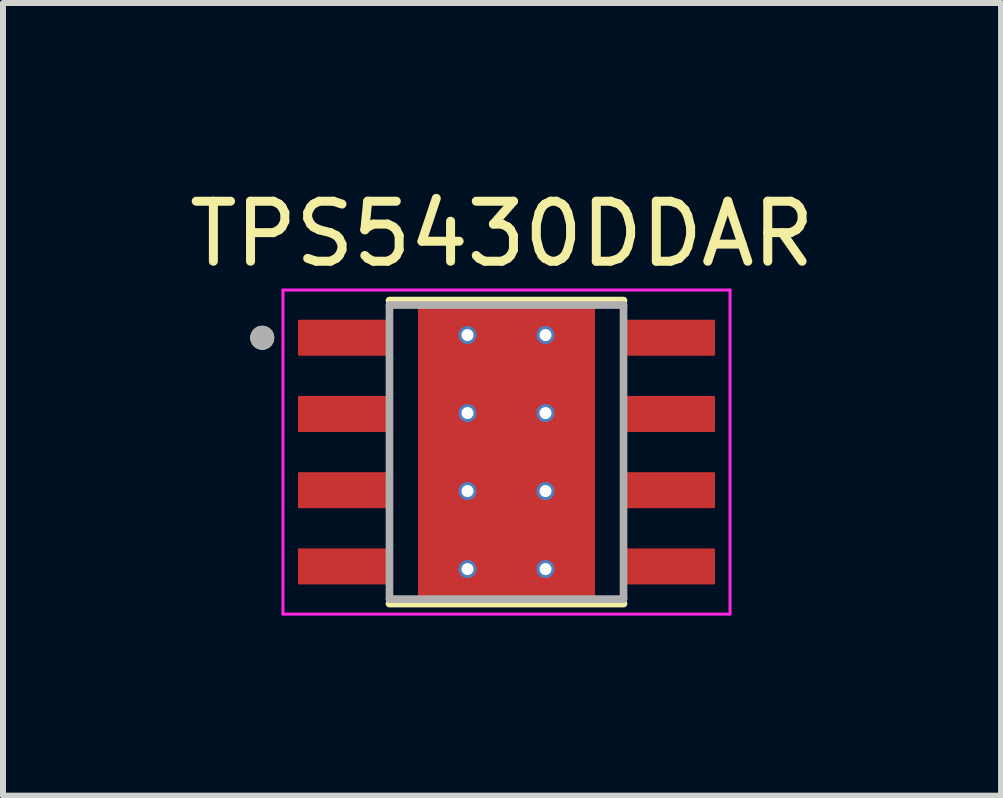
<source format=kicad_pcb>
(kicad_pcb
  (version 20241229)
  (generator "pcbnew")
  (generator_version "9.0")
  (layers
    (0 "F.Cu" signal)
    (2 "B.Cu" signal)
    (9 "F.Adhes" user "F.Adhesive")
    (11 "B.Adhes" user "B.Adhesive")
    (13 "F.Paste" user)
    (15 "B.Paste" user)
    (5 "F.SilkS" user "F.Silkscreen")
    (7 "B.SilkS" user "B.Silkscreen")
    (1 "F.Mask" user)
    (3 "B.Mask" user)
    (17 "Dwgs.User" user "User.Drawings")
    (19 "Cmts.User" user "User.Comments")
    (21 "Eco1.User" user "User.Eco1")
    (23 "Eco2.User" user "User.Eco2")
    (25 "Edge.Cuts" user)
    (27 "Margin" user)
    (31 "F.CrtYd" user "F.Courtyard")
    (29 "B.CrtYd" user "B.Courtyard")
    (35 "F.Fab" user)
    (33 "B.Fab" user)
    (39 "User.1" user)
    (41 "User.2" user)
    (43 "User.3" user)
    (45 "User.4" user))
  (footprint "TPS5430DDAR"
    (layer "F.Cu")
    (at 5.39 4.483)
    (property "Reference" "TPS5430DDAR" (at -0.075 -3.635 0) (layer "F.SilkS") (effects (font (size 1 1) (thickness 0.15))))
    (attr through_hole)
    (fp_poly (pts (xy -1.3 -1.55) (xy 1.3 -1.55) (xy 1.3 1.55) (xy -1.3 1.55)) (stroke (width 0.01) (type solid)) (fill yes) (layer "F.Mask"))
    (fp_poly (pts (xy -1.905 -1.535) (xy -3.495 -1.535) (xy -3.498 -1.535) (xy -3.5 -1.535) (xy -3.503 -1.536) (xy -3.505 -1.536) (xy -3.508 -1.537) (xy -3.51 -1.537) (xy -3.513 -1.538) (xy -3.515 -1.539) (xy -3.518 -1.54) (xy -3.52 -1.542) (xy -3.522 -1.543) (xy -3.524 -1.545) (xy -3.526 -1.546) (xy -3.528 -1.548) (xy -3.53 -1.55) (xy -3.532 -1.552) (xy -3.534 -1.554) (xy -3.535 -1.556) (xy -3.537 -1.558) (xy -3.538 -1.56) (xy -3.54 -1.562) (xy -3.541 -1.565) (xy -3.542 -1.567) (xy -3.543 -1.57) (xy -3.543 -1.572) (xy -3.544 -1.575) (xy -3.544 -1.577) (xy -3.545 -1.58) (xy -3.545 -1.582) (xy -3.545 -1.585) (xy -3.545 -2.225) (xy -3.545 -2.228) (xy -3.545 -2.23) (xy -3.544 -2.233) (xy -3.544 -2.235) (xy -3.543 -2.238) (xy -3.543 -2.24) (xy -3.542 -2.243) (xy -3.541 -2.245) (xy -3.54 -2.248) (xy -3.538 -2.25) (xy -3.537 -2.252) (xy -3.535 -2.254) (xy -3.534 -2.256) (xy -3.532 -2.258) (xy -3.53 -2.26) (xy -3.528 -2.262) (xy -3.526 -2.264) (xy -3.524 -2.265) (xy -3.522 -2.267) (xy -3.52 -2.268) (xy -3.518 -2.27) (xy -3.515 -2.271) (xy -3.513 -2.272) (xy -3.51 -2.273) (xy -3.508 -2.273) (xy -3.505 -2.274) (xy -3.503 -2.274) (xy -3.5 -2.275) (xy -3.498 -2.275) (xy -3.495 -2.275) (xy -1.905 -2.275) (xy -1.902 -2.275) (xy -1.9 -2.275) (xy -1.897 -2.274) (xy -1.895 -2.274) (xy -1.892 -2.273) (xy -1.89 -2.273) (xy -1.887 -2.272) (xy -1.885 -2.271) (xy -1.882 -2.27) (xy -1.88 -2.268) (xy -1.878 -2.267) (xy -1.876 -2.265) (xy -1.874 -2.264) (xy -1.872 -2.262) (xy -1.87 -2.26) (xy -1.868 -2.258) (xy -1.866 -2.256) (xy -1.865 -2.254) (xy -1.863 -2.252) (xy -1.862 -2.25) (xy -1.86 -2.248) (xy -1.859 -2.245) (xy -1.858 -2.243) (xy -1.857 -2.24) (xy -1.857 -2.238) (xy -1.856 -2.235) (xy -1.856 -2.233) (xy -1.855 -2.23) (xy -1.855 -2.228) (xy -1.855 -2.225) (xy -1.855 -1.585) (xy -1.855 -1.582) (xy -1.855 -1.58) (xy -1.856 -1.577) (xy -1.856 -1.575) (xy -1.857 -1.572) (xy -1.857 -1.57) (xy -1.858 -1.567) (xy -1.859 -1.565) (xy -1.86 -1.562) (xy -1.862 -1.56) (xy -1.863 -1.558) (xy -1.865 -1.556) (xy -1.866 -1.554) (xy -1.868 -1.552) (xy -1.87 -1.55) (xy -1.872 -1.548) (xy -1.874 -1.546) (xy -1.876 -1.545) (xy -1.878 -1.543) (xy -1.88 -1.542) (xy -1.882 -1.54) (xy -1.885 -1.539) (xy -1.887 -1.538) (xy -1.89 -1.537) (xy -1.892 -1.537) (xy -1.895 -1.536) (xy -1.897 -1.536) (xy -1.9 -1.535) (xy -1.902 -1.535) (xy -1.905 -1.535)) (stroke (width 0.01) (type solid)) (fill yes) (layer "F.Mask"))
    (fp_poly (pts (xy -1.905 -0.265) (xy -3.495 -0.265) (xy -3.498 -0.265) (xy -3.5 -0.265) (xy -3.503 -0.266) (xy -3.505 -0.266) (xy -3.508 -0.267) (xy -3.51 -0.267) (xy -3.513 -0.268) (xy -3.515 -0.269) (xy -3.518 -0.27) (xy -3.52 -0.272) (xy -3.522 -0.273) (xy -3.524 -0.275) (xy -3.526 -0.276) (xy -3.528 -0.278) (xy -3.53 -0.28) (xy -3.532 -0.282) (xy -3.534 -0.284) (xy -3.535 -0.286) (xy -3.537 -0.288) (xy -3.538 -0.29) (xy -3.54 -0.292) (xy -3.541 -0.295) (xy -3.542 -0.297) (xy -3.543 -0.3) (xy -3.543 -0.302) (xy -3.544 -0.305) (xy -3.544 -0.307) (xy -3.545 -0.31) (xy -3.545 -0.312) (xy -3.545 -0.315) (xy -3.545 -0.955) (xy -3.545 -0.958) (xy -3.545 -0.96) (xy -3.544 -0.963) (xy -3.544 -0.965) (xy -3.543 -0.968) (xy -3.543 -0.97) (xy -3.542 -0.973) (xy -3.541 -0.975) (xy -3.54 -0.978) (xy -3.538 -0.98) (xy -3.537 -0.982) (xy -3.535 -0.984) (xy -3.534 -0.986) (xy -3.532 -0.988) (xy -3.53 -0.99) (xy -3.528 -0.992) (xy -3.526 -0.994) (xy -3.524 -0.995) (xy -3.522 -0.997) (xy -3.52 -0.998) (xy -3.518 -1) (xy -3.515 -1.001) (xy -3.513 -1.002) (xy -3.51 -1.003) (xy -3.508 -1.003) (xy -3.505 -1.004) (xy -3.503 -1.004) (xy -3.5 -1.005) (xy -3.498 -1.005) (xy -3.495 -1.005) (xy -1.905 -1.005) (xy -1.902 -1.005) (xy -1.9 -1.005) (xy -1.897 -1.004) (xy -1.895 -1.004) (xy -1.892 -1.003) (xy -1.89 -1.003) (xy -1.887 -1.002) (xy -1.885 -1.001) (xy -1.882 -1) (xy -1.88 -0.998) (xy -1.878 -0.997) (xy -1.876 -0.995) (xy -1.874 -0.994) (xy -1.872 -0.992) (xy -1.87 -0.99) (xy -1.868 -0.988) (xy -1.866 -0.986) (xy -1.865 -0.984) (xy -1.863 -0.982) (xy -1.862 -0.98) (xy -1.86 -0.978) (xy -1.859 -0.975) (xy -1.858 -0.973) (xy -1.857 -0.97) (xy -1.857 -0.968) (xy -1.856 -0.965) (xy -1.856 -0.963) (xy -1.855 -0.96) (xy -1.855 -0.958) (xy -1.855 -0.955) (xy -1.855 -0.315) (xy -1.855 -0.312) (xy -1.855 -0.31) (xy -1.856 -0.307) (xy -1.856 -0.305) (xy -1.857 -0.302) (xy -1.857 -0.3) (xy -1.858 -0.297) (xy -1.859 -0.295) (xy -1.86 -0.292) (xy -1.862 -0.29) (xy -1.863 -0.288) (xy -1.865 -0.286) (xy -1.866 -0.284) (xy -1.868 -0.282) (xy -1.87 -0.28) (xy -1.872 -0.278) (xy -1.874 -0.276) (xy -1.876 -0.275) (xy -1.878 -0.273) (xy -1.88 -0.272) (xy -1.882 -0.27) (xy -1.885 -0.269) (xy -1.887 -0.268) (xy -1.89 -0.267) (xy -1.892 -0.267) (xy -1.895 -0.266) (xy -1.897 -0.266) (xy -1.9 -0.265) (xy -1.902 -0.265) (xy -1.905 -0.265)) (stroke (width 0.01) (type solid)) (fill yes) (layer "F.Mask"))
    (fp_poly (pts (xy -1.905 1.005) (xy -3.495 1.005) (xy -3.498 1.005) (xy -3.5 1.005) (xy -3.503 1.004) (xy -3.505 1.004) (xy -3.508 1.003) (xy -3.51 1.003) (xy -3.513 1.002) (xy -3.515 1.001) (xy -3.518 1) (xy -3.52 0.998) (xy -3.522 0.997) (xy -3.524 0.995) (xy -3.526 0.994) (xy -3.528 0.992) (xy -3.53 0.99) (xy -3.532 0.988) (xy -3.534 0.986) (xy -3.535 0.984) (xy -3.537 0.982) (xy -3.538 0.98) (xy -3.54 0.978) (xy -3.541 0.975) (xy -3.542 0.973) (xy -3.543 0.97) (xy -3.543 0.968) (xy -3.544 0.965) (xy -3.544 0.963) (xy -3.545 0.96) (xy -3.545 0.958) (xy -3.545 0.955) (xy -3.545 0.315) (xy -3.545 0.312) (xy -3.545 0.31) (xy -3.544 0.307) (xy -3.544 0.305) (xy -3.543 0.302) (xy -3.543 0.3) (xy -3.542 0.297) (xy -3.541 0.295) (xy -3.54 0.292) (xy -3.538 0.29) (xy -3.537 0.288) (xy -3.535 0.286) (xy -3.534 0.284) (xy -3.532 0.282) (xy -3.53 0.28) (xy -3.528 0.278) (xy -3.526 0.276) (xy -3.524 0.275) (xy -3.522 0.273) (xy -3.52 0.272) (xy -3.518 0.27) (xy -3.515 0.269) (xy -3.513 0.268) (xy -3.51 0.267) (xy -3.508 0.267) (xy -3.505 0.266) (xy -3.503 0.266) (xy -3.5 0.265) (xy -3.498 0.265) (xy -3.495 0.265) (xy -1.905 0.265) (xy -1.902 0.265) (xy -1.9 0.265) (xy -1.897 0.266) (xy -1.895 0.266) (xy -1.892 0.267) (xy -1.89 0.267) (xy -1.887 0.268) (xy -1.885 0.269) (xy -1.882 0.27) (xy -1.88 0.272) (xy -1.878 0.273) (xy -1.876 0.275) (xy -1.874 0.276) (xy -1.872 0.278) (xy -1.87 0.28) (xy -1.868 0.282) (xy -1.866 0.284) (xy -1.865 0.286) (xy -1.863 0.288) (xy -1.862 0.29) (xy -1.86 0.292) (xy -1.859 0.295) (xy -1.858 0.297) (xy -1.857 0.3) (xy -1.857 0.302) (xy -1.856 0.305) (xy -1.856 0.307) (xy -1.855 0.31) (xy -1.855 0.312) (xy -1.855 0.315) (xy -1.855 0.955) (xy -1.855 0.958) (xy -1.855 0.96) (xy -1.856 0.963) (xy -1.856 0.965) (xy -1.857 0.968) (xy -1.857 0.97) (xy -1.858 0.973) (xy -1.859 0.975) (xy -1.86 0.978) (xy -1.862 0.98) (xy -1.863 0.982) (xy -1.865 0.984) (xy -1.866 0.986) (xy -1.868 0.988) (xy -1.87 0.99) (xy -1.872 0.992) (xy -1.874 0.994) (xy -1.876 0.995) (xy -1.878 0.997) (xy -1.88 0.998) (xy -1.882 1) (xy -1.885 1.001) (xy -1.887 1.002) (xy -1.89 1.003) (xy -1.892 1.003) (xy -1.895 1.004) (xy -1.897 1.004) (xy -1.9 1.005) (xy -1.902 1.005) (xy -1.905 1.005)) (stroke (width 0.01) (type solid)) (fill yes) (layer "F.Mask"))
    (fp_poly (pts (xy -1.905 2.275) (xy -3.495 2.275) (xy -3.498 2.275) (xy -3.5 2.275) (xy -3.503 2.274) (xy -3.505 2.274) (xy -3.508 2.273) (xy -3.51 2.273) (xy -3.513 2.272) (xy -3.515 2.271) (xy -3.518 2.27) (xy -3.52 2.268) (xy -3.522 2.267) (xy -3.524 2.265) (xy -3.526 2.264) (xy -3.528 2.262) (xy -3.53 2.26) (xy -3.532 2.258) (xy -3.534 2.256) (xy -3.535 2.254) (xy -3.537 2.252) (xy -3.538 2.25) (xy -3.54 2.248) (xy -3.541 2.245) (xy -3.542 2.243) (xy -3.543 2.24) (xy -3.543 2.238) (xy -3.544 2.235) (xy -3.544 2.233) (xy -3.545 2.23) (xy -3.545 2.228) (xy -3.545 2.225) (xy -3.545 1.585) (xy -3.545 1.582) (xy -3.545 1.58) (xy -3.544 1.577) (xy -3.544 1.575) (xy -3.543 1.572) (xy -3.543 1.57) (xy -3.542 1.567) (xy -3.541 1.565) (xy -3.54 1.562) (xy -3.538 1.56) (xy -3.537 1.558) (xy -3.535 1.556) (xy -3.534 1.554) (xy -3.532 1.552) (xy -3.53 1.55) (xy -3.528 1.548) (xy -3.526 1.546) (xy -3.524 1.545) (xy -3.522 1.543) (xy -3.52 1.542) (xy -3.518 1.54) (xy -3.515 1.539) (xy -3.513 1.538) (xy -3.51 1.537) (xy -3.508 1.537) (xy -3.505 1.536) (xy -3.503 1.536) (xy -3.5 1.535) (xy -3.498 1.535) (xy -3.495 1.535) (xy -1.905 1.535) (xy -1.902 1.535) (xy -1.9 1.535) (xy -1.897 1.536) (xy -1.895 1.536) (xy -1.892 1.537) (xy -1.89 1.537) (xy -1.887 1.538) (xy -1.885 1.539) (xy -1.882 1.54) (xy -1.88 1.542) (xy -1.878 1.543) (xy -1.876 1.545) (xy -1.874 1.546) (xy -1.872 1.548) (xy -1.87 1.55) (xy -1.868 1.552) (xy -1.866 1.554) (xy -1.865 1.556) (xy -1.863 1.558) (xy -1.862 1.56) (xy -1.86 1.562) (xy -1.859 1.565) (xy -1.858 1.567) (xy -1.857 1.57) (xy -1.857 1.572) (xy -1.856 1.575) (xy -1.856 1.577) (xy -1.855 1.58) (xy -1.855 1.582) (xy -1.855 1.585) (xy -1.855 2.225) (xy -1.855 2.228) (xy -1.855 2.23) (xy -1.856 2.233) (xy -1.856 2.235) (xy -1.857 2.238) (xy -1.857 2.24) (xy -1.858 2.243) (xy -1.859 2.245) (xy -1.86 2.248) (xy -1.862 2.25) (xy -1.863 2.252) (xy -1.865 2.254) (xy -1.866 2.256) (xy -1.868 2.258) (xy -1.87 2.26) (xy -1.872 2.262) (xy -1.874 2.264) (xy -1.876 2.265) (xy -1.878 2.267) (xy -1.88 2.268) (xy -1.882 2.27) (xy -1.885 2.271) (xy -1.887 2.272) (xy -1.89 2.273) (xy -1.892 2.273) (xy -1.895 2.274) (xy -1.897 2.274) (xy -1.9 2.275) (xy -1.902 2.275) (xy -1.905 2.275)) (stroke (width 0.01) (type solid)) (fill yes) (layer "F.Mask"))
    (fp_poly (pts (xy 3.495 -1.535) (xy 1.905 -1.535) (xy 1.902 -1.535) (xy 1.9 -1.535) (xy 1.897 -1.536) (xy 1.895 -1.536) (xy 1.892 -1.537) (xy 1.89 -1.537) (xy 1.887 -1.538) (xy 1.885 -1.539) (xy 1.882 -1.54) (xy 1.88 -1.542) (xy 1.878 -1.543) (xy 1.876 -1.545) (xy 1.874 -1.546) (xy 1.872 -1.548) (xy 1.87 -1.55) (xy 1.868 -1.552) (xy 1.866 -1.554) (xy 1.865 -1.556) (xy 1.863 -1.558) (xy 1.862 -1.56) (xy 1.86 -1.562) (xy 1.859 -1.565) (xy 1.858 -1.567) (xy 1.857 -1.57) (xy 1.857 -1.572) (xy 1.856 -1.575) (xy 1.856 -1.577) (xy 1.855 -1.58) (xy 1.855 -1.582) (xy 1.855 -1.585) (xy 1.855 -2.225) (xy 1.855 -2.228) (xy 1.855 -2.23) (xy 1.856 -2.233) (xy 1.856 -2.235) (xy 1.857 -2.238) (xy 1.857 -2.24) (xy 1.858 -2.243) (xy 1.859 -2.245) (xy 1.86 -2.248) (xy 1.862 -2.25) (xy 1.863 -2.252) (xy 1.865 -2.254) (xy 1.866 -2.256) (xy 1.868 -2.258) (xy 1.87 -2.26) (xy 1.872 -2.262) (xy 1.874 -2.264) (xy 1.876 -2.265) (xy 1.878 -2.267) (xy 1.88 -2.268) (xy 1.882 -2.27) (xy 1.885 -2.271) (xy 1.887 -2.272) (xy 1.89 -2.273) (xy 1.892 -2.273) (xy 1.895 -2.274) (xy 1.897 -2.274) (xy 1.9 -2.275) (xy 1.902 -2.275) (xy 1.905 -2.275) (xy 3.495 -2.275) (xy 3.498 -2.275) (xy 3.5 -2.275) (xy 3.503 -2.274) (xy 3.505 -2.274) (xy 3.508 -2.273) (xy 3.51 -2.273) (xy 3.513 -2.272) (xy 3.515 -2.271) (xy 3.518 -2.27) (xy 3.52 -2.268) (xy 3.522 -2.267) (xy 3.524 -2.265) (xy 3.526 -2.264) (xy 3.528 -2.262) (xy 3.53 -2.26) (xy 3.532 -2.258) (xy 3.534 -2.256) (xy 3.535 -2.254) (xy 3.537 -2.252) (xy 3.538 -2.25) (xy 3.54 -2.248) (xy 3.541 -2.245) (xy 3.542 -2.243) (xy 3.543 -2.24) (xy 3.543 -2.238) (xy 3.544 -2.235) (xy 3.544 -2.233) (xy 3.545 -2.23) (xy 3.545 -2.228) (xy 3.545 -2.225) (xy 3.545 -1.585) (xy 3.545 -1.582) (xy 3.545 -1.58) (xy 3.544 -1.577) (xy 3.544 -1.575) (xy 3.543 -1.572) (xy 3.543 -1.57) (xy 3.542 -1.567) (xy 3.541 -1.565) (xy 3.54 -1.562) (xy 3.538 -1.56) (xy 3.537 -1.558) (xy 3.535 -1.556) (xy 3.534 -1.554) (xy 3.532 -1.552) (xy 3.53 -1.55) (xy 3.528 -1.548) (xy 3.526 -1.546) (xy 3.524 -1.545) (xy 3.522 -1.543) (xy 3.52 -1.542) (xy 3.518 -1.54) (xy 3.515 -1.539) (xy 3.513 -1.538) (xy 3.51 -1.537) (xy 3.508 -1.537) (xy 3.505 -1.536) (xy 3.503 -1.536) (xy 3.5 -1.535) (xy 3.498 -1.535) (xy 3.495 -1.535)) (stroke (width 0.01) (type solid)) (fill yes) (layer "F.Mask"))
    (fp_poly (pts (xy 3.495 -0.265) (xy 1.905 -0.265) (xy 1.902 -0.265) (xy 1.9 -0.265) (xy 1.897 -0.266) (xy 1.895 -0.266) (xy 1.892 -0.267) (xy 1.89 -0.267) (xy 1.887 -0.268) (xy 1.885 -0.269) (xy 1.882 -0.27) (xy 1.88 -0.272) (xy 1.878 -0.273) (xy 1.876 -0.275) (xy 1.874 -0.276) (xy 1.872 -0.278) (xy 1.87 -0.28) (xy 1.868 -0.282) (xy 1.866 -0.284) (xy 1.865 -0.286) (xy 1.863 -0.288) (xy 1.862 -0.29) (xy 1.86 -0.292) (xy 1.859 -0.295) (xy 1.858 -0.297) (xy 1.857 -0.3) (xy 1.857 -0.302) (xy 1.856 -0.305) (xy 1.856 -0.307) (xy 1.855 -0.31) (xy 1.855 -0.312) (xy 1.855 -0.315) (xy 1.855 -0.955) (xy 1.855 -0.958) (xy 1.855 -0.96) (xy 1.856 -0.963) (xy 1.856 -0.965) (xy 1.857 -0.968) (xy 1.857 -0.97) (xy 1.858 -0.973) (xy 1.859 -0.975) (xy 1.86 -0.978) (xy 1.862 -0.98) (xy 1.863 -0.982) (xy 1.865 -0.984) (xy 1.866 -0.986) (xy 1.868 -0.988) (xy 1.87 -0.99) (xy 1.872 -0.992) (xy 1.874 -0.994) (xy 1.876 -0.995) (xy 1.878 -0.997) (xy 1.88 -0.998) (xy 1.882 -1) (xy 1.885 -1.001) (xy 1.887 -1.002) (xy 1.89 -1.003) (xy 1.892 -1.003) (xy 1.895 -1.004) (xy 1.897 -1.004) (xy 1.9 -1.005) (xy 1.902 -1.005) (xy 1.905 -1.005) (xy 3.495 -1.005) (xy 3.498 -1.005) (xy 3.5 -1.005) (xy 3.503 -1.004) (xy 3.505 -1.004) (xy 3.508 -1.003) (xy 3.51 -1.003) (xy 3.513 -1.002) (xy 3.515 -1.001) (xy 3.518 -1) (xy 3.52 -0.998) (xy 3.522 -0.997) (xy 3.524 -0.995) (xy 3.526 -0.994) (xy 3.528 -0.992) (xy 3.53 -0.99) (xy 3.532 -0.988) (xy 3.534 -0.986) (xy 3.535 -0.984) (xy 3.537 -0.982) (xy 3.538 -0.98) (xy 3.54 -0.978) (xy 3.541 -0.975) (xy 3.542 -0.973) (xy 3.543 -0.97) (xy 3.543 -0.968) (xy 3.544 -0.965) (xy 3.544 -0.963) (xy 3.545 -0.96) (xy 3.545 -0.958) (xy 3.545 -0.955) (xy 3.545 -0.315) (xy 3.545 -0.312) (xy 3.545 -0.31) (xy 3.544 -0.307) (xy 3.544 -0.305) (xy 3.543 -0.302) (xy 3.543 -0.3) (xy 3.542 -0.297) (xy 3.541 -0.295) (xy 3.54 -0.292) (xy 3.538 -0.29) (xy 3.537 -0.288) (xy 3.535 -0.286) (xy 3.534 -0.284) (xy 3.532 -0.282) (xy 3.53 -0.28) (xy 3.528 -0.278) (xy 3.526 -0.276) (xy 3.524 -0.275) (xy 3.522 -0.273) (xy 3.52 -0.272) (xy 3.518 -0.27) (xy 3.515 -0.269) (xy 3.513 -0.268) (xy 3.51 -0.267) (xy 3.508 -0.267) (xy 3.505 -0.266) (xy 3.503 -0.266) (xy 3.5 -0.265) (xy 3.498 -0.265) (xy 3.495 -0.265)) (stroke (width 0.01) (type solid)) (fill yes) (layer "F.Mask"))
    (fp_poly (pts (xy 3.495 1.005) (xy 1.905 1.005) (xy 1.902 1.005) (xy 1.9 1.005) (xy 1.897 1.004) (xy 1.895 1.004) (xy 1.892 1.003) (xy 1.89 1.003) (xy 1.887 1.002) (xy 1.885 1.001) (xy 1.882 1) (xy 1.88 0.998) (xy 1.878 0.997) (xy 1.876 0.995) (xy 1.874 0.994) (xy 1.872 0.992) (xy 1.87 0.99) (xy 1.868 0.988) (xy 1.866 0.986) (xy 1.865 0.984) (xy 1.863 0.982) (xy 1.862 0.98) (xy 1.86 0.978) (xy 1.859 0.975) (xy 1.858 0.973) (xy 1.857 0.97) (xy 1.857 0.968) (xy 1.856 0.965) (xy 1.856 0.963) (xy 1.855 0.96) (xy 1.855 0.958) (xy 1.855 0.955) (xy 1.855 0.315) (xy 1.855 0.312) (xy 1.855 0.31) (xy 1.856 0.307) (xy 1.856 0.305) (xy 1.857 0.302) (xy 1.857 0.3) (xy 1.858 0.297) (xy 1.859 0.295) (xy 1.86 0.292) (xy 1.862 0.29) (xy 1.863 0.288) (xy 1.865 0.286) (xy 1.866 0.284) (xy 1.868 0.282) (xy 1.87 0.28) (xy 1.872 0.278) (xy 1.874 0.276) (xy 1.876 0.275) (xy 1.878 0.273) (xy 1.88 0.272) (xy 1.882 0.27) (xy 1.885 0.269) (xy 1.887 0.268) (xy 1.89 0.267) (xy 1.892 0.267) (xy 1.895 0.266) (xy 1.897 0.266) (xy 1.9 0.265) (xy 1.902 0.265) (xy 1.905 0.265) (xy 3.495 0.265) (xy 3.498 0.265) (xy 3.5 0.265) (xy 3.503 0.266) (xy 3.505 0.266) (xy 3.508 0.267) (xy 3.51 0.267) (xy 3.513 0.268) (xy 3.515 0.269) (xy 3.518 0.27) (xy 3.52 0.272) (xy 3.522 0.273) (xy 3.524 0.275) (xy 3.526 0.276) (xy 3.528 0.278) (xy 3.53 0.28) (xy 3.532 0.282) (xy 3.534 0.284) (xy 3.535 0.286) (xy 3.537 0.288) (xy 3.538 0.29) (xy 3.54 0.292) (xy 3.541 0.295) (xy 3.542 0.297) (xy 3.543 0.3) (xy 3.543 0.302) (xy 3.544 0.305) (xy 3.544 0.307) (xy 3.545 0.31) (xy 3.545 0.312) (xy 3.545 0.315) (xy 3.545 0.955) (xy 3.545 0.958) (xy 3.545 0.96) (xy 3.544 0.963) (xy 3.544 0.965) (xy 3.543 0.968) (xy 3.543 0.97) (xy 3.542 0.973) (xy 3.541 0.975) (xy 3.54 0.978) (xy 3.538 0.98) (xy 3.537 0.982) (xy 3.535 0.984) (xy 3.534 0.986) (xy 3.532 0.988) (xy 3.53 0.99) (xy 3.528 0.992) (xy 3.526 0.994) (xy 3.524 0.995) (xy 3.522 0.997) (xy 3.52 0.998) (xy 3.518 1) (xy 3.515 1.001) (xy 3.513 1.002) (xy 3.51 1.003) (xy 3.508 1.003) (xy 3.505 1.004) (xy 3.503 1.004) (xy 3.5 1.005) (xy 3.498 1.005) (xy 3.495 1.005)) (stroke (width 0.01) (type solid)) (fill yes) (layer "F.Mask"))
    (fp_poly (pts (xy 3.495 2.275) (xy 1.905 2.275) (xy 1.902 2.275) (xy 1.9 2.275) (xy 1.897 2.274) (xy 1.895 2.274) (xy 1.892 2.273) (xy 1.89 2.273) (xy 1.887 2.272) (xy 1.885 2.271) (xy 1.882 2.27) (xy 1.88 2.268) (xy 1.878 2.267) (xy 1.876 2.265) (xy 1.874 2.264) (xy 1.872 2.262) (xy 1.87 2.26) (xy 1.868 2.258) (xy 1.866 2.256) (xy 1.865 2.254) (xy 1.863 2.252) (xy 1.862 2.25) (xy 1.86 2.248) (xy 1.859 2.245) (xy 1.858 2.243) (xy 1.857 2.24) (xy 1.857 2.238) (xy 1.856 2.235) (xy 1.856 2.233) (xy 1.855 2.23) (xy 1.855 2.228) (xy 1.855 2.225) (xy 1.855 1.585) (xy 1.855 1.582) (xy 1.855 1.58) (xy 1.856 1.577) (xy 1.856 1.575) (xy 1.857 1.572) (xy 1.857 1.57) (xy 1.858 1.567) (xy 1.859 1.565) (xy 1.86 1.562) (xy 1.862 1.56) (xy 1.863 1.558) (xy 1.865 1.556) (xy 1.866 1.554) (xy 1.868 1.552) (xy 1.87 1.55) (xy 1.872 1.548) (xy 1.874 1.546) (xy 1.876 1.545) (xy 1.878 1.543) (xy 1.88 1.542) (xy 1.882 1.54) (xy 1.885 1.539) (xy 1.887 1.538) (xy 1.89 1.537) (xy 1.892 1.537) (xy 1.895 1.536) (xy 1.897 1.536) (xy 1.9 1.535) (xy 1.902 1.535) (xy 1.905 1.535) (xy 3.495 1.535) (xy 3.498 1.535) (xy 3.5 1.535) (xy 3.503 1.536) (xy 3.505 1.536) (xy 3.508 1.537) (xy 3.51 1.537) (xy 3.513 1.538) (xy 3.515 1.539) (xy 3.518 1.54) (xy 3.52 1.542) (xy 3.522 1.543) (xy 3.524 1.545) (xy 3.526 1.546) (xy 3.528 1.548) (xy 3.53 1.55) (xy 3.532 1.552) (xy 3.534 1.554) (xy 3.535 1.556) (xy 3.537 1.558) (xy 3.538 1.56) (xy 3.54 1.562) (xy 3.541 1.565) (xy 3.542 1.567) (xy 3.543 1.57) (xy 3.543 1.572) (xy 3.544 1.575) (xy 3.544 1.577) (xy 3.545 1.58) (xy 3.545 1.582) (xy 3.545 1.585) (xy 3.545 2.225) (xy 3.545 2.228) (xy 3.545 2.23) (xy 3.544 2.233) (xy 3.544 2.235) (xy 3.543 2.238) (xy 3.543 2.24) (xy 3.542 2.243) (xy 3.541 2.245) (xy 3.54 2.248) (xy 3.538 2.25) (xy 3.537 2.252) (xy 3.535 2.254) (xy 3.534 2.256) (xy 3.532 2.258) (xy 3.53 2.26) (xy 3.528 2.262) (xy 3.526 2.264) (xy 3.524 2.265) (xy 3.522 2.267) (xy 3.52 2.268) (xy 3.518 2.27) (xy 3.515 2.271) (xy 3.513 2.272) (xy 3.51 2.273) (xy 3.508 2.273) (xy 3.505 2.274) (xy 3.503 2.274) (xy 3.5 2.275) (xy 3.498 2.275) (xy 3.495 2.275)) (stroke (width 0.01) (type solid)) (fill yes) (layer "F.Mask"))
    (fp_line (start -1.95 -2.525) (end 1.95 -2.525) (stroke (width 0.127) (type solid)) (layer "F.SilkS"))
    (fp_line (start -1.95 2.525) (end 1.95 2.525) (stroke (width 0.127) (type solid)) (layer "F.SilkS"))
    (fp_circle (center -4.07 -1.905) (end -3.97 -1.905) (stroke (width 0.2) (type solid)) (fill no) (layer "F.SilkS"))
    (fp_poly (pts (xy -1.3 -1.55) (xy 1.3 -1.55) (xy 1.3 1.55) (xy -1.3 1.55)) (stroke (width 0.01) (type solid)) (fill yes) (layer "F.Paste"))
    (fp_line (start -3.725 -2.7) (end -3.725 2.7) (stroke (width 0.05) (type solid)) (layer "F.CrtYd"))
    (fp_line (start -3.725 -2.7) (end 3.725 -2.7) (stroke (width 0.05) (type solid)) (layer "F.CrtYd"))
    (fp_line (start -3.725 2.7) (end 3.725 2.7) (stroke (width 0.05) (type solid)) (layer "F.CrtYd"))
    (fp_line (start 3.725 -2.7) (end 3.725 2.7) (stroke (width 0.05) (type solid)) (layer "F.CrtYd"))
    (fp_line (start -1.95 -2.45) (end -1.95 2.45) (stroke (width 0.127) (type solid)) (layer "F.Fab"))
    (fp_line (start -1.95 -2.45) (end 1.95 -2.45) (stroke (width 0.127) (type solid)) (layer "F.Fab"))
    (fp_line (start -1.95 2.45) (end 1.95 2.45) (stroke (width 0.127) (type solid)) (layer "F.Fab"))
    (fp_line (start 1.95 -2.45) (end 1.95 2.45) (stroke (width 0.127) (type solid)) (layer "F.Fab"))
    (fp_circle (center -4.07 -1.905) (end -3.97 -1.905) (stroke (width 0.2) (type solid)) (fill no) (layer "F.Fab"))
    (pad "1" smd roundrect (at -2.7 -1.905) (size 1.55 0.6) (layers "F.Cu" "F.Paste") (roundrect_rratio 0.03))
    (pad "2" smd roundrect (at -2.7 -0.635) (size 1.55 0.6) (layers "F.Cu" "F.Paste") (roundrect_rratio 0.03))
    (pad "3" smd roundrect (at -2.7 0.635) (size 1.55 0.6) (layers "F.Cu" "F.Paste") (roundrect_rratio 0.03))
    (pad "4" smd roundrect (at -2.7 1.905) (size 1.55 0.6) (layers "F.Cu" "F.Paste") (roundrect_rratio 0.03))
    (pad "5" smd roundrect (at 2.7 1.905) (size 1.55 0.6) (layers "F.Cu" "F.Paste") (roundrect_rratio 0.03))
    (pad "6" smd roundrect (at 2.7 0.635) (size 1.55 0.6) (layers "F.Cu" "F.Paste") (roundrect_rratio 0.03))
    (pad "7" smd roundrect (at 2.7 -0.635) (size 1.55 0.6) (layers "F.Cu" "F.Paste") (roundrect_rratio 0.03))
    (pad "8" smd roundrect (at 2.7 -1.905) (size 1.55 0.6) (layers "F.Cu" "F.Paste") (roundrect_rratio 0.03))
    (pad "9" smd rect (at 0 0) (size 2.95 4.9) (layers "F.Cu"))
    (pad "10" thru_hole circle (at -0.65 -1.95) (size 0.3 0.3) (drill 0.2) (layers "*.Cu"))
    (pad "11" thru_hole circle (at 0.65 -1.95) (size 0.3 0.3) (drill 0.2) (layers "*.Cu"))
    (pad "12" thru_hole circle (at -0.65 -0.65) (size 0.3 0.3) (drill 0.2) (layers "*.Cu"))
    (pad "13" thru_hole circle (at 0.65 -0.65) (size 0.3 0.3) (drill 0.2) (layers "*.Cu"))
    (pad "14" thru_hole circle (at -0.65 0.65) (size 0.3 0.3) (drill 0.2) (layers "*.Cu"))
    (pad "15" thru_hole circle (at 0.65 0.65) (size 0.3 0.3) (drill 0.2) (layers "*.Cu"))
    (pad "16" thru_hole circle (at -0.65 1.95) (size 0.3 0.3) (drill 0.2) (layers "*.Cu"))
    (pad "17" thru_hole circle (at 0.65 1.95) (size 0.3 0.3) (drill 0.2) (layers "*.Cu")))
  (gr_rect
    (start -3 -3)
    (end 13.631 10.208)
    (stroke (width 0.1) (type default))
    (fill no)
    (layer "Edge.Cuts")))
</source>
